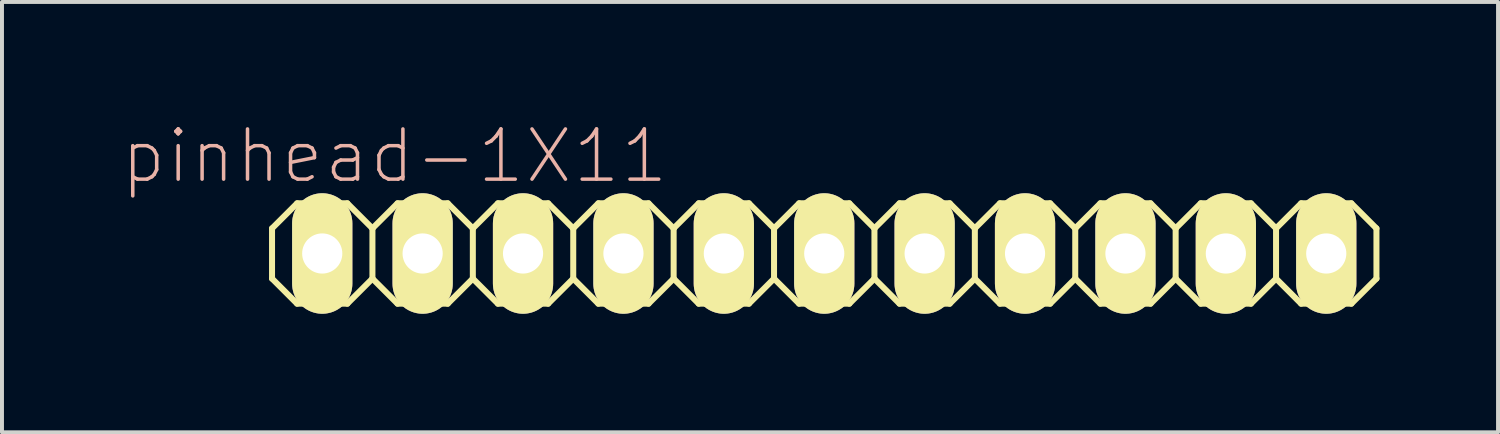
<source format=kicad_pcb>
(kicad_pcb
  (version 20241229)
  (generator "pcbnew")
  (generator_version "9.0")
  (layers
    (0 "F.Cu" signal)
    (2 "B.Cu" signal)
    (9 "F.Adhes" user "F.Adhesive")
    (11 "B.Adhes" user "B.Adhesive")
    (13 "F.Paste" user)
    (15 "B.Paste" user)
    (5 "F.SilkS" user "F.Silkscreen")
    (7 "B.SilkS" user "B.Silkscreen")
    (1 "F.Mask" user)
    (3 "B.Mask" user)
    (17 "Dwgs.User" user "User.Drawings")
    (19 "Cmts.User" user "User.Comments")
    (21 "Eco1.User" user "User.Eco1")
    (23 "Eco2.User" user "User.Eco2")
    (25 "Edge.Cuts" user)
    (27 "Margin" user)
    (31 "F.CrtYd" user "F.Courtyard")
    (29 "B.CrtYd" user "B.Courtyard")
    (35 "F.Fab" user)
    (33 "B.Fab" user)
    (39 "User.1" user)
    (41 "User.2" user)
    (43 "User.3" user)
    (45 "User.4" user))
  (footprint "pinhead-1X11"
    (layer "F.Cu")
    (at 17.802 3.363)
    (property "Reference" "pinhead-1X11" (at -10.871 -2.464 0) (layer "B.SilkS") (effects (font (size 1.27 1.27) (thickness 0.089))))
    (attr exclude_from_pos_files exclude_from_bom)
    (fp_line (start -13.97 -0.635) (end -13.97 0.635) (stroke (width 0.152) (type solid)) (layer "F.SilkS"))
    (fp_line (start -13.97 0.635) (end -13.335 1.27) (stroke (width 0.152) (type solid)) (layer "F.SilkS"))
    (fp_line (start -13.335 -1.27) (end -13.97 -0.635) (stroke (width 0.152) (type solid)) (layer "F.SilkS"))
    (fp_line (start -13.335 -1.27) (end -12.065 -1.27) (stroke (width 0.152) (type solid)) (layer "F.SilkS"))
    (fp_line (start -12.954 -0.254) (end -12.446 -0.254) (stroke (width 0.066) (type solid)) (layer "F.SilkS"))
    (fp_line (start -12.954 0.254) (end -12.954 -0.254) (stroke (width 0.066) (type solid)) (layer "F.SilkS"))
    (fp_line (start -12.954 0.254) (end -12.446 0.254) (stroke (width 0.066) (type solid)) (layer "F.SilkS"))
    (fp_line (start -12.446 0.254) (end -12.446 -0.254) (stroke (width 0.066) (type solid)) (layer "F.SilkS"))
    (fp_line (start -12.065 -1.27) (end -11.43 -0.635) (stroke (width 0.152) (type solid)) (layer "F.SilkS"))
    (fp_line (start -12.065 1.27) (end -13.335 1.27) (stroke (width 0.152) (type solid)) (layer "F.SilkS"))
    (fp_line (start -11.43 -0.635) (end -11.43 0.635) (stroke (width 0.152) (type solid)) (layer "F.SilkS"))
    (fp_line (start -11.43 -0.635) (end -10.795 -1.27) (stroke (width 0.152) (type solid)) (layer "F.SilkS"))
    (fp_line (start -11.43 0.635) (end -12.065 1.27) (stroke (width 0.152) (type solid)) (layer "F.SilkS"))
    (fp_line (start -10.795 -1.27) (end -9.525 -1.27) (stroke (width 0.152) (type solid)) (layer "F.SilkS"))
    (fp_line (start -10.795 1.27) (end -11.43 0.635) (stroke (width 0.152) (type solid)) (layer "F.SilkS"))
    (fp_line (start -10.414 -0.254) (end -9.906 -0.254) (stroke (width 0.066) (type solid)) (layer "F.SilkS"))
    (fp_line (start -10.414 0.254) (end -10.414 -0.254) (stroke (width 0.066) (type solid)) (layer "F.SilkS"))
    (fp_line (start -10.414 0.254) (end -9.906 0.254) (stroke (width 0.066) (type solid)) (layer "F.SilkS"))
    (fp_line (start -9.906 0.254) (end -9.906 -0.254) (stroke (width 0.066) (type solid)) (layer "F.SilkS"))
    (fp_line (start -9.525 -1.27) (end -8.89 -0.635) (stroke (width 0.152) (type solid)) (layer "F.SilkS"))
    (fp_line (start -9.525 1.27) (end -10.795 1.27) (stroke (width 0.152) (type solid)) (layer "F.SilkS"))
    (fp_line (start -8.89 -0.635) (end -8.89 0.635) (stroke (width 0.152) (type solid)) (layer "F.SilkS"))
    (fp_line (start -8.89 -0.635) (end -8.255 -1.27) (stroke (width 0.152) (type solid)) (layer "F.SilkS"))
    (fp_line (start -8.89 0.635) (end -9.525 1.27) (stroke (width 0.152) (type solid)) (layer "F.SilkS"))
    (fp_line (start -8.255 -1.27) (end -6.985 -1.27) (stroke (width 0.152) (type solid)) (layer "F.SilkS"))
    (fp_line (start -8.255 1.27) (end -8.89 0.635) (stroke (width 0.152) (type solid)) (layer "F.SilkS"))
    (fp_line (start -7.874 -0.254) (end -7.366 -0.254) (stroke (width 0.066) (type solid)) (layer "F.SilkS"))
    (fp_line (start -7.874 0.254) (end -7.874 -0.254) (stroke (width 0.066) (type solid)) (layer "F.SilkS"))
    (fp_line (start -7.874 0.254) (end -7.366 0.254) (stroke (width 0.066) (type solid)) (layer "F.SilkS"))
    (fp_line (start -7.366 0.254) (end -7.366 -0.254) (stroke (width 0.066) (type solid)) (layer "F.SilkS"))
    (fp_line (start -6.985 -1.27) (end -6.35 -0.635) (stroke (width 0.152) (type solid)) (layer "F.SilkS"))
    (fp_line (start -6.985 1.27) (end -8.255 1.27) (stroke (width 0.152) (type solid)) (layer "F.SilkS"))
    (fp_line (start -6.35 -0.635) (end -6.35 0.635) (stroke (width 0.152) (type solid)) (layer "F.SilkS"))
    (fp_line (start -6.35 0.635) (end -6.985 1.27) (stroke (width 0.152) (type solid)) (layer "F.SilkS"))
    (fp_line (start -6.35 0.635) (end -5.715 1.27) (stroke (width 0.152) (type solid)) (layer "F.SilkS"))
    (fp_line (start -5.715 -1.27) (end -6.35 -0.635) (stroke (width 0.152) (type solid)) (layer "F.SilkS"))
    (fp_line (start -5.715 -1.27) (end -4.445 -1.27) (stroke (width 0.152) (type solid)) (layer "F.SilkS"))
    (fp_line (start -5.334 -0.254) (end -4.826 -0.254) (stroke (width 0.066) (type solid)) (layer "F.SilkS"))
    (fp_line (start -5.334 0.254) (end -5.334 -0.254) (stroke (width 0.066) (type solid)) (layer "F.SilkS"))
    (fp_line (start -5.334 0.254) (end -4.826 0.254) (stroke (width 0.066) (type solid)) (layer "F.SilkS"))
    (fp_line (start -4.826 0.254) (end -4.826 -0.254) (stroke (width 0.066) (type solid)) (layer "F.SilkS"))
    (fp_line (start -4.445 -1.27) (end -3.81 -0.635) (stroke (width 0.152) (type solid)) (layer "F.SilkS"))
    (fp_line (start -4.445 1.27) (end -5.715 1.27) (stroke (width 0.152) (type solid)) (layer "F.SilkS"))
    (fp_line (start -3.81 -0.635) (end -3.81 0.635) (stroke (width 0.152) (type solid)) (layer "F.SilkS"))
    (fp_line (start -3.81 -0.635) (end -3.175 -1.27) (stroke (width 0.152) (type solid)) (layer "F.SilkS"))
    (fp_line (start -3.81 0.635) (end -4.445 1.27) (stroke (width 0.152) (type solid)) (layer "F.SilkS"))
    (fp_line (start -3.175 -1.27) (end -1.905 -1.27) (stroke (width 0.152) (type solid)) (layer "F.SilkS"))
    (fp_line (start -3.175 1.27) (end -3.81 0.635) (stroke (width 0.152) (type solid)) (layer "F.SilkS"))
    (fp_line (start -2.794 -0.254) (end -2.286 -0.254) (stroke (width 0.066) (type solid)) (layer "F.SilkS"))
    (fp_line (start -2.794 0.254) (end -2.794 -0.254) (stroke (width 0.066) (type solid)) (layer "F.SilkS"))
    (fp_line (start -2.794 0.254) (end -2.286 0.254) (stroke (width 0.066) (type solid)) (layer "F.SilkS"))
    (fp_line (start -2.286 0.254) (end -2.286 -0.254) (stroke (width 0.066) (type solid)) (layer "F.SilkS"))
    (fp_line (start -1.905 -1.27) (end -1.27 -0.635) (stroke (width 0.152) (type solid)) (layer "F.SilkS"))
    (fp_line (start -1.905 1.27) (end -3.175 1.27) (stroke (width 0.152) (type solid)) (layer "F.SilkS"))
    (fp_line (start -1.27 -0.635) (end -1.27 0.635) (stroke (width 0.152) (type solid)) (layer "F.SilkS"))
    (fp_line (start -1.27 -0.635) (end -0.635 -1.27) (stroke (width 0.152) (type solid)) (layer "F.SilkS"))
    (fp_line (start -1.27 0.635) (end -1.905 1.27) (stroke (width 0.152) (type solid)) (layer "F.SilkS"))
    (fp_line (start -0.635 -1.27) (end 0.635 -1.27) (stroke (width 0.152) (type solid)) (layer "F.SilkS"))
    (fp_line (start -0.635 1.27) (end -1.27 0.635) (stroke (width 0.152) (type solid)) (layer "F.SilkS"))
    (fp_line (start -0.254 -0.254) (end 0.254 -0.254) (stroke (width 0.066) (type solid)) (layer "F.SilkS"))
    (fp_line (start -0.254 0.254) (end -0.254 -0.254) (stroke (width 0.066) (type solid)) (layer "F.SilkS"))
    (fp_line (start -0.254 0.254) (end 0.254 0.254) (stroke (width 0.066) (type solid)) (layer "F.SilkS"))
    (fp_line (start 0.254 0.254) (end 0.254 -0.254) (stroke (width 0.066) (type solid)) (layer "F.SilkS"))
    (fp_line (start 0.635 -1.27) (end 1.27 -0.635) (stroke (width 0.152) (type solid)) (layer "F.SilkS"))
    (fp_line (start 0.635 1.27) (end -0.635 1.27) (stroke (width 0.152) (type solid)) (layer "F.SilkS"))
    (fp_line (start 1.27 -0.635) (end 1.27 0.635) (stroke (width 0.152) (type solid)) (layer "F.SilkS"))
    (fp_line (start 1.27 0.635) (end 0.635 1.27) (stroke (width 0.152) (type solid)) (layer "F.SilkS"))
    (fp_line (start 1.27 0.635) (end 1.905 1.27) (stroke (width 0.152) (type solid)) (layer "F.SilkS"))
    (fp_line (start 1.905 -1.27) (end 1.27 -0.635) (stroke (width 0.152) (type solid)) (layer "F.SilkS"))
    (fp_line (start 1.905 -1.27) (end 3.175 -1.27) (stroke (width 0.152) (type solid)) (layer "F.SilkS"))
    (fp_line (start 2.286 -0.254) (end 2.794 -0.254) (stroke (width 0.066) (type solid)) (layer "F.SilkS"))
    (fp_line (start 2.286 0.254) (end 2.286 -0.254) (stroke (width 0.066) (type solid)) (layer "F.SilkS"))
    (fp_line (start 2.286 0.254) (end 2.794 0.254) (stroke (width 0.066) (type solid)) (layer "F.SilkS"))
    (fp_line (start 2.794 0.254) (end 2.794 -0.254) (stroke (width 0.066) (type solid)) (layer "F.SilkS"))
    (fp_line (start 3.175 -1.27) (end 3.81 -0.635) (stroke (width 0.152) (type solid)) (layer "F.SilkS"))
    (fp_line (start 3.175 1.27) (end 1.905 1.27) (stroke (width 0.152) (type solid)) (layer "F.SilkS"))
    (fp_line (start 3.81 -0.635) (end 3.81 0.635) (stroke (width 0.152) (type solid)) (layer "F.SilkS"))
    (fp_line (start 3.81 -0.635) (end 4.445 -1.27) (stroke (width 0.152) (type solid)) (layer "F.SilkS"))
    (fp_line (start 3.81 0.635) (end 3.175 1.27) (stroke (width 0.152) (type solid)) (layer "F.SilkS"))
    (fp_line (start 4.445 -1.27) (end 5.715 -1.27) (stroke (width 0.152) (type solid)) (layer "F.SilkS"))
    (fp_line (start 4.445 1.27) (end 3.81 0.635) (stroke (width 0.152) (type solid)) (layer "F.SilkS"))
    (fp_line (start 4.826 -0.254) (end 5.334 -0.254) (stroke (width 0.066) (type solid)) (layer "F.SilkS"))
    (fp_line (start 4.826 0.254) (end 4.826 -0.254) (stroke (width 0.066) (type solid)) (layer "F.SilkS"))
    (fp_line (start 4.826 0.254) (end 5.334 0.254) (stroke (width 0.066) (type solid)) (layer "F.SilkS"))
    (fp_line (start 5.334 0.254) (end 5.334 -0.254) (stroke (width 0.066) (type solid)) (layer "F.SilkS"))
    (fp_line (start 5.715 -1.27) (end 6.35 -0.635) (stroke (width 0.152) (type solid)) (layer "F.SilkS"))
    (fp_line (start 5.715 1.27) (end 4.445 1.27) (stroke (width 0.152) (type solid)) (layer "F.SilkS"))
    (fp_line (start 6.35 -0.635) (end 6.35 0.635) (stroke (width 0.152) (type solid)) (layer "F.SilkS"))
    (fp_line (start 6.35 -0.635) (end 6.985 -1.27) (stroke (width 0.152) (type solid)) (layer "F.SilkS"))
    (fp_line (start 6.35 0.635) (end 5.715 1.27) (stroke (width 0.152) (type solid)) (layer "F.SilkS"))
    (fp_line (start 6.985 -1.27) (end 8.255 -1.27) (stroke (width 0.152) (type solid)) (layer "F.SilkS"))
    (fp_line (start 6.985 1.27) (end 6.35 0.635) (stroke (width 0.152) (type solid)) (layer "F.SilkS"))
    (fp_line (start 7.366 -0.254) (end 7.874 -0.254) (stroke (width 0.066) (type solid)) (layer "F.SilkS"))
    (fp_line (start 7.366 0.254) (end 7.366 -0.254) (stroke (width 0.066) (type solid)) (layer "F.SilkS"))
    (fp_line (start 7.366 0.254) (end 7.874 0.254) (stroke (width 0.066) (type solid)) (layer "F.SilkS"))
    (fp_line (start 7.874 0.254) (end 7.874 -0.254) (stroke (width 0.066) (type solid)) (layer "F.SilkS"))
    (fp_line (start 8.255 -1.27) (end 8.89 -0.635) (stroke (width 0.152) (type solid)) (layer "F.SilkS"))
    (fp_line (start 8.255 1.27) (end 6.985 1.27) (stroke (width 0.152) (type solid)) (layer "F.SilkS"))
    (fp_line (start 8.89 -0.635) (end 8.89 0.635) (stroke (width 0.152) (type solid)) (layer "F.SilkS"))
    (fp_line (start 8.89 0.635) (end 8.255 1.27) (stroke (width 0.152) (type solid)) (layer "F.SilkS"))
    (fp_line (start 8.89 0.635) (end 9.525 1.27) (stroke (width 0.152) (type solid)) (layer "F.SilkS"))
    (fp_line (start 9.525 -1.27) (end 8.89 -0.635) (stroke (width 0.152) (type solid)) (layer "F.SilkS"))
    (fp_line (start 9.525 -1.27) (end 10.795 -1.27) (stroke (width 0.152) (type solid)) (layer "F.SilkS"))
    (fp_line (start 9.906 -0.254) (end 10.414 -0.254) (stroke (width 0.066) (type solid)) (layer "F.SilkS"))
    (fp_line (start 9.906 0.254) (end 9.906 -0.254) (stroke (width 0.066) (type solid)) (layer "F.SilkS"))
    (fp_line (start 9.906 0.254) (end 10.414 0.254) (stroke (width 0.066) (type solid)) (layer "F.SilkS"))
    (fp_line (start 10.414 0.254) (end 10.414 -0.254) (stroke (width 0.066) (type solid)) (layer "F.SilkS"))
    (fp_line (start 10.795 -1.27) (end 11.43 -0.635) (stroke (width 0.152) (type solid)) (layer "F.SilkS"))
    (fp_line (start 10.795 1.27) (end 9.525 1.27) (stroke (width 0.152) (type solid)) (layer "F.SilkS"))
    (fp_line (start 11.43 -0.635) (end 11.43 0.635) (stroke (width 0.152) (type solid)) (layer "F.SilkS"))
    (fp_line (start 11.43 0.635) (end 10.795 1.27) (stroke (width 0.152) (type solid)) (layer "F.SilkS"))
    (fp_line (start 11.43 0.635) (end 12.065 1.27) (stroke (width 0.152) (type solid)) (layer "F.SilkS"))
    (fp_line (start 12.065 -1.27) (end 11.43 -0.635) (stroke (width 0.152) (type solid)) (layer "F.SilkS"))
    (fp_line (start 12.065 -1.27) (end 13.335 -1.27) (stroke (width 0.152) (type solid)) (layer "F.SilkS"))
    (fp_line (start 12.446 -0.254) (end 12.954 -0.254) (stroke (width 0.066) (type solid)) (layer "F.SilkS"))
    (fp_line (start 12.446 0.254) (end 12.446 -0.254) (stroke (width 0.066) (type solid)) (layer "F.SilkS"))
    (fp_line (start 12.446 0.254) (end 12.954 0.254) (stroke (width 0.066) (type solid)) (layer "F.SilkS"))
    (fp_line (start 12.954 0.254) (end 12.954 -0.254) (stroke (width 0.066) (type solid)) (layer "F.SilkS"))
    (fp_line (start 13.335 -1.27) (end 13.97 -0.635) (stroke (width 0.152) (type solid)) (layer "F.SilkS"))
    (fp_line (start 13.335 1.27) (end 12.065 1.27) (stroke (width 0.152) (type solid)) (layer "F.SilkS"))
    (fp_line (start 13.97 -0.635) (end 13.97 0.635) (stroke (width 0.152) (type solid)) (layer "F.SilkS"))
    (fp_line (start 13.97 0.635) (end 13.335 1.27) (stroke (width 0.152) (type solid)) (layer "F.SilkS"))
    (pad "1" thru_hole oval (at -12.7 0) (size 1.524 3.048) (drill 1.016) (layers "*.Cu" "F.Mask" "F.SilkS" "F.Paste"))
    (pad "2" thru_hole oval (at -10.16 0) (size 1.524 3.048) (drill 1.016) (layers "*.Cu" "F.Mask" "F.SilkS" "F.Paste"))
    (pad "3" thru_hole oval (at -7.62 0) (size 1.524 3.048) (drill 1.016) (layers "*.Cu" "F.Mask" "F.SilkS" "F.Paste"))
    (pad "4" thru_hole oval (at -5.08 0) (size 1.524 3.048) (drill 1.016) (layers "*.Cu" "F.Mask" "F.SilkS" "F.Paste"))
    (pad "5" thru_hole oval (at -2.54 0) (size 1.524 3.048) (drill 1.016) (layers "*.Cu" "F.Mask" "F.SilkS" "F.Paste"))
    (pad "6" thru_hole oval (at 0 0) (size 1.524 3.048) (drill 1.016) (layers "*.Cu" "F.Mask" "F.SilkS" "F.Paste"))
    (pad "7" thru_hole oval (at 2.54 0) (size 1.524 3.048) (drill 1.016) (layers "*.Cu" "F.Mask" "F.SilkS" "F.Paste"))
    (pad "8" thru_hole oval (at 5.08 0) (size 1.524 3.048) (drill 1.016) (layers "*.Cu" "F.Mask" "F.SilkS" "F.Paste"))
    (pad "9" thru_hole oval (at 7.62 0) (size 1.524 3.048) (drill 1.016) (layers "*.Cu" "F.Mask" "F.SilkS" "F.Paste"))
    (pad "10" thru_hole oval (at 10.16 0) (size 1.524 3.048) (drill 1.016) (layers "*.Cu" "F.Mask" "F.SilkS" "F.Paste"))
    (pad "11" thru_hole oval (at 12.7 0) (size 1.524 3.048) (drill 1.016) (layers "*.Cu" "F.Mask" "F.SilkS" "F.Paste")))
  (gr_rect
    (start -3 -3)
    (end 34.848 7.887)
    (stroke (width 0.1) (type default))
    (fill no)
    (layer "Edge.Cuts")))
</source>
